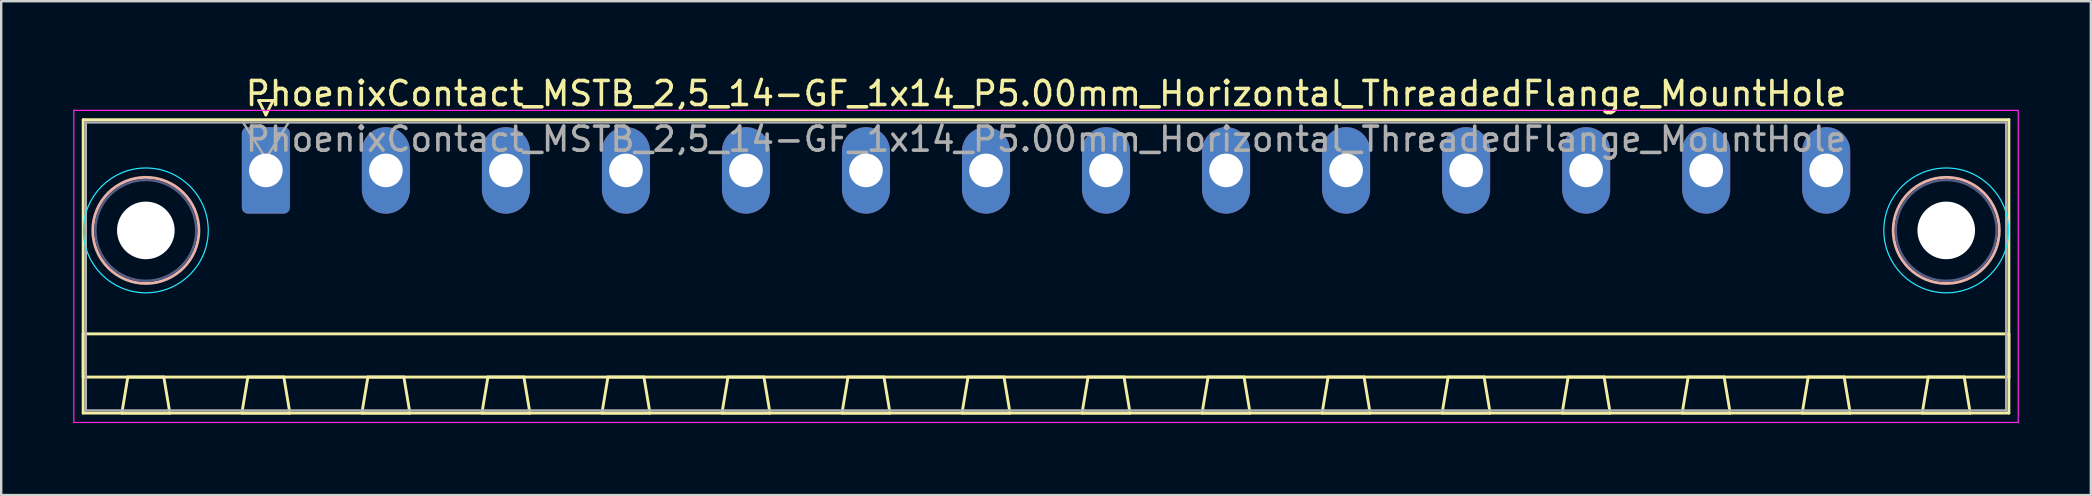
<source format=kicad_pcb>
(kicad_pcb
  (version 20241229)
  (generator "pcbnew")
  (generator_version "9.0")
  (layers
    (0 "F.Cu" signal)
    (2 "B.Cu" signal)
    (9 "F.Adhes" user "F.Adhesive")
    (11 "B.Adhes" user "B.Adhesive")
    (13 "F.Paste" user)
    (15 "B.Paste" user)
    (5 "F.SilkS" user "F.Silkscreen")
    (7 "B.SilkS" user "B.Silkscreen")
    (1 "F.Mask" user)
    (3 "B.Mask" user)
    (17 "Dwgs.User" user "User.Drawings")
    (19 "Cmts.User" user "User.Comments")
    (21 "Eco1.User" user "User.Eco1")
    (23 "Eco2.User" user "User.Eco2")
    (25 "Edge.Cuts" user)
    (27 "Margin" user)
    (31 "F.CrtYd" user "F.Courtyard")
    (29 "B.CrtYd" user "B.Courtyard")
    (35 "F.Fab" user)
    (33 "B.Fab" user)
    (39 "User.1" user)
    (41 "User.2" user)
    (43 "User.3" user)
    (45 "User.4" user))
  (footprint "PhoenixContact_MSTB_2,5_14-GF_1x14_P5.00mm_Horizontal_ThreadedFlange_MountHole"
    (layer "F.Cu")
    (at 8.025 4.048)
    (property "Reference" "PhoenixContact_MSTB_2,5_14-GF_1x14_P5.00mm_Horizontal_ThreadedFlange_MountHole" (at 32.5 -3.2 0) (layer "F.SilkS") (effects (font (size 1 1) (thickness 0.15))))
    (attr through_hole)
    (fp_line (start -7.61 -2.11) (end -7.61 10.11) (stroke (width 0.12) (type solid)) (layer "F.SilkS"))
    (fp_line (start -7.61 6.81) (end 72.61 6.81) (stroke (width 0.12) (type solid)) (layer "F.SilkS"))
    (fp_line (start -7.61 8.61) (end -7.61 6.81) (stroke (width 0.12) (type solid)) (layer "F.SilkS"))
    (fp_line (start -7.61 10.11) (end 72.61 10.11) (stroke (width 0.12) (type solid)) (layer "F.SilkS"))
    (fp_line (start -6 10.11) (end -4 10.11) (stroke (width 0.12) (type solid)) (layer "F.SilkS"))
    (fp_line (start -5.75 8.61) (end -6 10.11) (stroke (width 0.12) (type solid)) (layer "F.SilkS"))
    (fp_line (start -4.25 8.61) (end -5.75 8.61) (stroke (width 0.12) (type solid)) (layer "F.SilkS"))
    (fp_line (start -4 10.11) (end -4.25 8.61) (stroke (width 0.12) (type solid)) (layer "F.SilkS"))
    (fp_line (start -1 10.11) (end 1 10.11) (stroke (width 0.12) (type solid)) (layer "F.SilkS"))
    (fp_line (start -0.75 8.61) (end -1 10.11) (stroke (width 0.12) (type solid)) (layer "F.SilkS"))
    (fp_line (start -0.3 -2.91) (end 0.3 -2.91) (stroke (width 0.12) (type solid)) (layer "F.SilkS"))
    (fp_line (start 0 -2.31) (end -0.3 -2.91) (stroke (width 0.12) (type solid)) (layer "F.SilkS"))
    (fp_line (start 0.3 -2.91) (end 0 -2.31) (stroke (width 0.12) (type solid)) (layer "F.SilkS"))
    (fp_line (start 0.75 8.61) (end -0.75 8.61) (stroke (width 0.12) (type solid)) (layer "F.SilkS"))
    (fp_line (start 1 10.11) (end 0.75 8.61) (stroke (width 0.12) (type solid)) (layer "F.SilkS"))
    (fp_line (start 4 10.11) (end 6 10.11) (stroke (width 0.12) (type solid)) (layer "F.SilkS"))
    (fp_line (start 4.25 8.61) (end 4 10.11) (stroke (width 0.12) (type solid)) (layer "F.SilkS"))
    (fp_line (start 5.75 8.61) (end 4.25 8.61) (stroke (width 0.12) (type solid)) (layer "F.SilkS"))
    (fp_line (start 6 10.11) (end 5.75 8.61) (stroke (width 0.12) (type solid)) (layer "F.SilkS"))
    (fp_line (start 9 10.11) (end 11 10.11) (stroke (width 0.12) (type solid)) (layer "F.SilkS"))
    (fp_line (start 9.25 8.61) (end 9 10.11) (stroke (width 0.12) (type solid)) (layer "F.SilkS"))
    (fp_line (start 10.75 8.61) (end 9.25 8.61) (stroke (width 0.12) (type solid)) (layer "F.SilkS"))
    (fp_line (start 11 10.11) (end 10.75 8.61) (stroke (width 0.12) (type solid)) (layer "F.SilkS"))
    (fp_line (start 14 10.11) (end 16 10.11) (stroke (width 0.12) (type solid)) (layer "F.SilkS"))
    (fp_line (start 14.25 8.61) (end 14 10.11) (stroke (width 0.12) (type solid)) (layer "F.SilkS"))
    (fp_line (start 15.75 8.61) (end 14.25 8.61) (stroke (width 0.12) (type solid)) (layer "F.SilkS"))
    (fp_line (start 16 10.11) (end 15.75 8.61) (stroke (width 0.12) (type solid)) (layer "F.SilkS"))
    (fp_line (start 19 10.11) (end 21 10.11) (stroke (width 0.12) (type solid)) (layer "F.SilkS"))
    (fp_line (start 19.25 8.61) (end 19 10.11) (stroke (width 0.12) (type solid)) (layer "F.SilkS"))
    (fp_line (start 20.75 8.61) (end 19.25 8.61) (stroke (width 0.12) (type solid)) (layer "F.SilkS"))
    (fp_line (start 21 10.11) (end 20.75 8.61) (stroke (width 0.12) (type solid)) (layer "F.SilkS"))
    (fp_line (start 24 10.11) (end 26 10.11) (stroke (width 0.12) (type solid)) (layer "F.SilkS"))
    (fp_line (start 24.25 8.61) (end 24 10.11) (stroke (width 0.12) (type solid)) (layer "F.SilkS"))
    (fp_line (start 25.75 8.61) (end 24.25 8.61) (stroke (width 0.12) (type solid)) (layer "F.SilkS"))
    (fp_line (start 26 10.11) (end 25.75 8.61) (stroke (width 0.12) (type solid)) (layer "F.SilkS"))
    (fp_line (start 29 10.11) (end 31 10.11) (stroke (width 0.12) (type solid)) (layer "F.SilkS"))
    (fp_line (start 29.25 8.61) (end 29 10.11) (stroke (width 0.12) (type solid)) (layer "F.SilkS"))
    (fp_line (start 30.75 8.61) (end 29.25 8.61) (stroke (width 0.12) (type solid)) (layer "F.SilkS"))
    (fp_line (start 31 10.11) (end 30.75 8.61) (stroke (width 0.12) (type solid)) (layer "F.SilkS"))
    (fp_line (start 34 10.11) (end 36 10.11) (stroke (width 0.12) (type solid)) (layer "F.SilkS"))
    (fp_line (start 34.25 8.61) (end 34 10.11) (stroke (width 0.12) (type solid)) (layer "F.SilkS"))
    (fp_line (start 35.75 8.61) (end 34.25 8.61) (stroke (width 0.12) (type solid)) (layer "F.SilkS"))
    (fp_line (start 36 10.11) (end 35.75 8.61) (stroke (width 0.12) (type solid)) (layer "F.SilkS"))
    (fp_line (start 39 10.11) (end 41 10.11) (stroke (width 0.12) (type solid)) (layer "F.SilkS"))
    (fp_line (start 39.25 8.61) (end 39 10.11) (stroke (width 0.12) (type solid)) (layer "F.SilkS"))
    (fp_line (start 40.75 8.61) (end 39.25 8.61) (stroke (width 0.12) (type solid)) (layer "F.SilkS"))
    (fp_line (start 41 10.11) (end 40.75 8.61) (stroke (width 0.12) (type solid)) (layer "F.SilkS"))
    (fp_line (start 44 10.11) (end 46 10.11) (stroke (width 0.12) (type solid)) (layer "F.SilkS"))
    (fp_line (start 44.25 8.61) (end 44 10.11) (stroke (width 0.12) (type solid)) (layer "F.SilkS"))
    (fp_line (start 45.75 8.61) (end 44.25 8.61) (stroke (width 0.12) (type solid)) (layer "F.SilkS"))
    (fp_line (start 46 10.11) (end 45.75 8.61) (stroke (width 0.12) (type solid)) (layer "F.SilkS"))
    (fp_line (start 49 10.11) (end 51 10.11) (stroke (width 0.12) (type solid)) (layer "F.SilkS"))
    (fp_line (start 49.25 8.61) (end 49 10.11) (stroke (width 0.12) (type solid)) (layer "F.SilkS"))
    (fp_line (start 50.75 8.61) (end 49.25 8.61) (stroke (width 0.12) (type solid)) (layer "F.SilkS"))
    (fp_line (start 51 10.11) (end 50.75 8.61) (stroke (width 0.12) (type solid)) (layer "F.SilkS"))
    (fp_line (start 54 10.11) (end 56 10.11) (stroke (width 0.12) (type solid)) (layer "F.SilkS"))
    (fp_line (start 54.25 8.61) (end 54 10.11) (stroke (width 0.12) (type solid)) (layer "F.SilkS"))
    (fp_line (start 55.75 8.61) (end 54.25 8.61) (stroke (width 0.12) (type solid)) (layer "F.SilkS"))
    (fp_line (start 56 10.11) (end 55.75 8.61) (stroke (width 0.12) (type solid)) (layer "F.SilkS"))
    (fp_line (start 59 10.11) (end 61 10.11) (stroke (width 0.12) (type solid)) (layer "F.SilkS"))
    (fp_line (start 59.25 8.61) (end 59 10.11) (stroke (width 0.12) (type solid)) (layer "F.SilkS"))
    (fp_line (start 60.75 8.61) (end 59.25 8.61) (stroke (width 0.12) (type solid)) (layer "F.SilkS"))
    (fp_line (start 61 10.11) (end 60.75 8.61) (stroke (width 0.12) (type solid)) (layer "F.SilkS"))
    (fp_line (start 64 10.11) (end 66 10.11) (stroke (width 0.12) (type solid)) (layer "F.SilkS"))
    (fp_line (start 64.25 8.61) (end 64 10.11) (stroke (width 0.12) (type solid)) (layer "F.SilkS"))
    (fp_line (start 65.75 8.61) (end 64.25 8.61) (stroke (width 0.12) (type solid)) (layer "F.SilkS"))
    (fp_line (start 66 10.11) (end 65.75 8.61) (stroke (width 0.12) (type solid)) (layer "F.SilkS"))
    (fp_line (start 69 10.11) (end 71 10.11) (stroke (width 0.12) (type solid)) (layer "F.SilkS"))
    (fp_line (start 69.25 8.61) (end 69 10.11) (stroke (width 0.12) (type solid)) (layer "F.SilkS"))
    (fp_line (start 70.75 8.61) (end 69.25 8.61) (stroke (width 0.12) (type solid)) (layer "F.SilkS"))
    (fp_line (start 71 10.11) (end 70.75 8.61) (stroke (width 0.12) (type solid)) (layer "F.SilkS"))
    (fp_line (start 72.61 -2.11) (end -7.61 -2.11) (stroke (width 0.12) (type solid)) (layer "F.SilkS"))
    (fp_line (start 72.61 6.81) (end 72.61 8.61) (stroke (width 0.12) (type solid)) (layer "F.SilkS"))
    (fp_line (start 72.61 8.61) (end -7.61 8.61) (stroke (width 0.12) (type solid)) (layer "F.SilkS"))
    (fp_line (start 72.61 10.11) (end 72.61 -2.11) (stroke (width 0.12) (type solid)) (layer "F.SilkS"))
    (fp_circle (center -5 2.5) (end -2.79 2.5) (stroke (width 0.12) (type solid)) (fill no) (layer "B.SilkS"))
    (fp_circle (center 70 2.5) (end 72.21 2.5) (stroke (width 0.12) (type solid)) (fill no) (layer "B.SilkS"))
    (fp_circle (center -5 2.5) (end -2.4 2.5) (stroke (width 0.05) (type solid)) (fill no) (layer "B.CrtYd"))
    (fp_circle (center 70 2.5) (end 72.6 2.5) (stroke (width 0.05) (type solid)) (fill no) (layer "B.CrtYd"))
    (fp_line (start -8 -2.5) (end -8 10.5) (stroke (width 0.05) (type solid)) (layer "F.CrtYd"))
    (fp_line (start -8 10.5) (end 73 10.5) (stroke (width 0.05) (type solid)) (layer "F.CrtYd"))
    (fp_line (start 73 -2.5) (end -8 -2.5) (stroke (width 0.05) (type solid)) (layer "F.CrtYd"))
    (fp_line (start 73 10.5) (end 73 -2.5) (stroke (width 0.05) (type solid)) (layer "F.CrtYd"))
    (fp_circle (center -5 2.5) (end -2.9 2.5) (stroke (width 0.1) (type solid)) (fill no) (layer "B.Fab"))
    (fp_circle (center 70 2.5) (end 72.1 2.5) (stroke (width 0.1) (type solid)) (fill no) (layer "B.Fab"))
    (fp_line (start -7.5 -2) (end -7.5 10) (stroke (width 0.1) (type solid)) (layer "F.Fab"))
    (fp_line (start -7.5 10) (end 72.5 10) (stroke (width 0.1) (type solid)) (layer "F.Fab"))
    (fp_line (start 0 -0.5) (end -0.95 -2) (stroke (width 0.1) (type solid)) (layer "F.Fab"))
    (fp_line (start 0.95 -2) (end 0 -0.5) (stroke (width 0.1) (type solid)) (layer "F.Fab"))
    (fp_line (start 72.5 -2) (end -7.5 -2) (stroke (width 0.1) (type solid)) (layer "F.Fab"))
    (fp_line (start 72.5 10) (end 72.5 -2) (stroke (width 0.1) (type solid)) (layer "F.Fab"))
    (fp_text user "${REFERENCE}" (at 32.5 -1.3 0) (layer "F.Fab") (effects (font (size 1 1) (thickness 0.15))))
    (pad "" np_thru_hole circle (at -5 2.5) (size 2.4 2.4) (drill 2.4) (layers "*.Cu" "*.Mask"))
    (pad "" np_thru_hole circle (at 70 2.5) (size 2.4 2.4) (drill 2.4) (layers "*.Cu" "*.Mask"))
    (pad "1" thru_hole roundrect (at 0 0) (size 2 3.6) (drill 1.4) (layers "*.Cu" "*.Mask") (roundrect_rratio 0.125))
    (pad "2" thru_hole oval (at 5 0) (size 2 3.6) (drill 1.4) (layers "*.Cu" "*.Mask"))
    (pad "3" thru_hole oval (at 10 0) (size 2 3.6) (drill 1.4) (layers "*.Cu" "*.Mask"))
    (pad "4" thru_hole oval (at 15 0) (size 2 3.6) (drill 1.4) (layers "*.Cu" "*.Mask"))
    (pad "5" thru_hole oval (at 20 0) (size 2 3.6) (drill 1.4) (layers "*.Cu" "*.Mask"))
    (pad "6" thru_hole oval (at 25 0) (size 2 3.6) (drill 1.4) (layers "*.Cu" "*.Mask"))
    (pad "7" thru_hole oval (at 30 0) (size 2 3.6) (drill 1.4) (layers "*.Cu" "*.Mask"))
    (pad "8" thru_hole oval (at 35 0) (size 2 3.6) (drill 1.4) (layers "*.Cu" "*.Mask"))
    (pad "9" thru_hole oval (at 40 0) (size 2 3.6) (drill 1.4) (layers "*.Cu" "*.Mask"))
    (pad "10" thru_hole oval (at 45 0) (size 2 3.6) (drill 1.4) (layers "*.Cu" "*.Mask"))
    (pad "11" thru_hole oval (at 50 0) (size 2 3.6) (drill 1.4) (layers "*.Cu" "*.Mask"))
    (pad "12" thru_hole oval (at 55 0) (size 2 3.6) (drill 1.4) (layers "*.Cu" "*.Mask"))
    (pad "13" thru_hole oval (at 60 0) (size 2 3.6) (drill 1.4) (layers "*.Cu" "*.Mask"))
    (pad "14" thru_hole oval (at 65 0) (size 2 3.6) (drill 1.4) (layers "*.Cu" "*.Mask")))
  (gr_rect
    (start -3 -3)
    (end 84.05 17.573)
    (stroke (width 0.1) (type default))
    (fill no)
    (layer "Edge.Cuts")))
</source>
